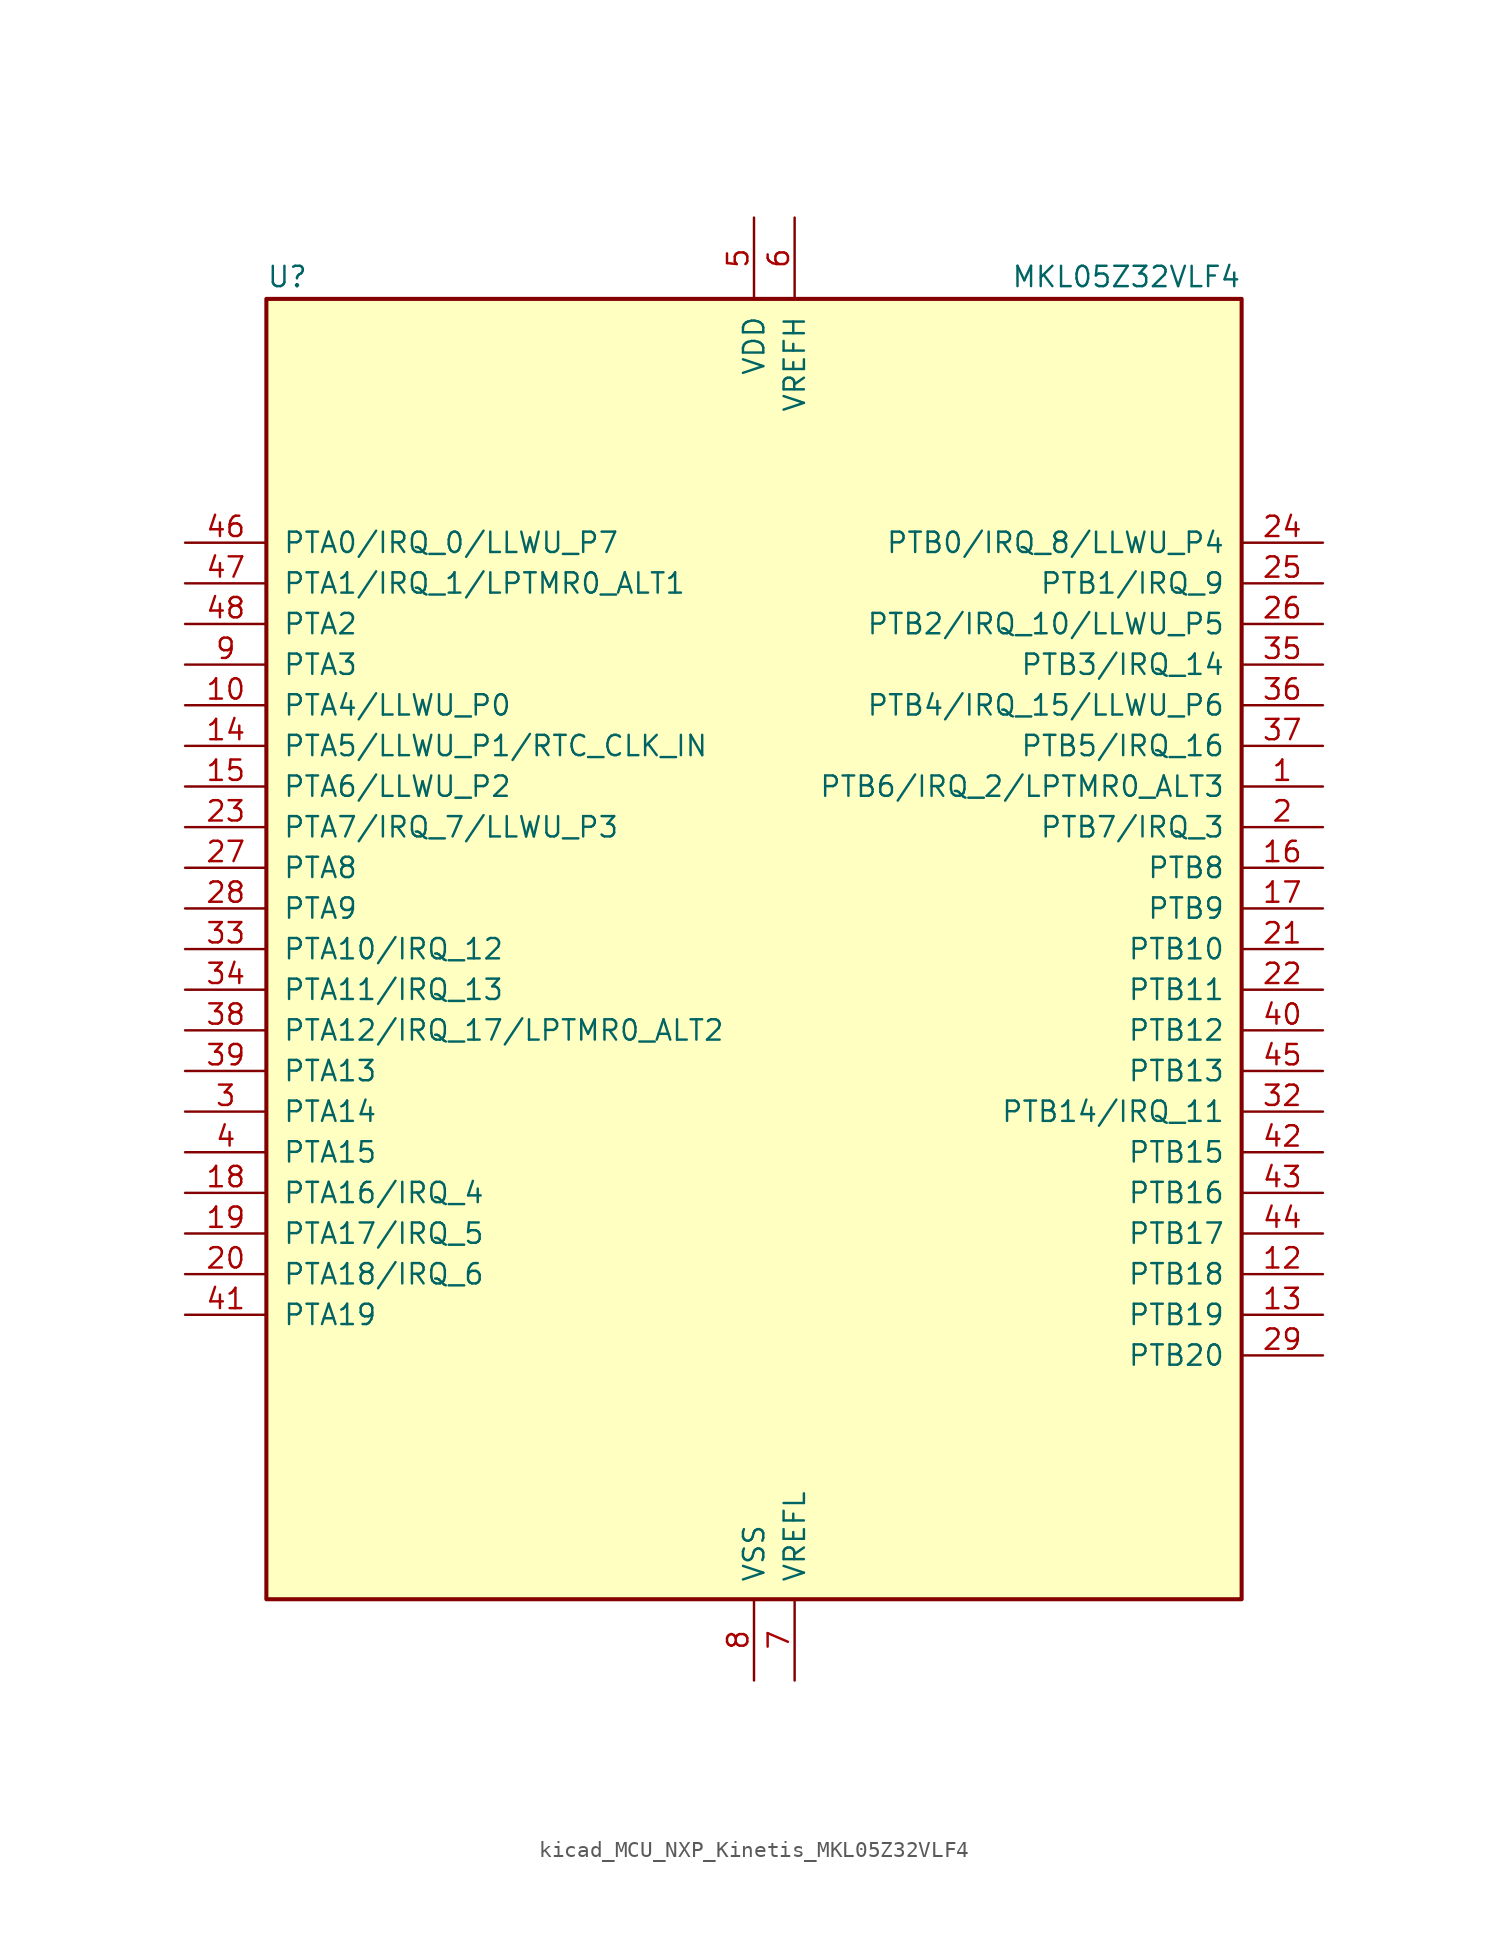
<source format=kicad_sym>
(kicad_symbol_lib
  (version 20220914)
  (generator kicad_symbol_editor)
  (symbol "kicad_MCU_NXP_Kinetis_MKL05Z32VLF4"
    (pin_names
      (offset 1.016))
    (property "Reference" "U"
      (at -30.48 41.275 0)
      (effects (font (size 1.27 1.27)) (justify left bottom)))
    (property "Value" "MKL05Z32VLF4"
      (at 30.48 41.275 0)
      (effects (font (size 1.27 1.27)) (justify right bottom)))
    (symbol "kicad_MCU_NXP_Kinetis_MKL05Z32VLF4_0_1"
      (rectangle (start -30.48 40.64) (end 30.48 -40.64) (stroke (width 0.254) (type default)) (fill (type background))))
    (symbol "kicad_MCU_NXP_Kinetis_MKL05Z32VLF4_1_1"
      (pin bidirectional line (at 35.56 10.16 180) (length 5.08) (name "PTB6/IRQ_2/LPTMR0_ALT3" (effects (font (size 1.27 1.27)))) (number "1" (effects (font (size 1.27 1.27)))))
      (pin bidirectional line (at -35.56 15.24 0) (length 5.08) (name "PTA4/LLWU_P0" (effects (font (size 1.27 1.27)))) (number "10" (effects (font (size 1.27 1.27)))))
      (pin passive line (at 0 -45.72 90) (length 5.08) hide (name "VSS" (effects (font (size 1.27 1.27)))) (number "11" (effects (font (size 1.27 1.27)))))
      (pin bidirectional line (at 35.56 -20.32 180) (length 5.08) (name "PTB18" (effects (font (size 1.27 1.27)))) (number "12" (effects (font (size 1.27 1.27)))))
      (pin bidirectional line (at 35.56 -22.86 180) (length 5.08) (name "PTB19" (effects (font (size 1.27 1.27)))) (number "13" (effects (font (size 1.27 1.27)))))
      (pin bidirectional line (at -35.56 12.7 0) (length 5.08) (name "PTA5/LLWU_P1/RTC_CLK_IN" (effects (font (size 1.27 1.27)))) (number "14" (effects (font (size 1.27 1.27)))))
      (pin bidirectional line (at -35.56 10.16 0) (length 5.08) (name "PTA6/LLWU_P2" (effects (font (size 1.27 1.27)))) (number "15" (effects (font (size 1.27 1.27)))))
      (pin bidirectional line (at 35.56 5.08 180) (length 5.08) (name "PTB8" (effects (font (size 1.27 1.27)))) (number "16" (effects (font (size 1.27 1.27)))))
      (pin bidirectional line (at 35.56 2.54 180) (length 5.08) (name "PTB9" (effects (font (size 1.27 1.27)))) (number "17" (effects (font (size 1.27 1.27)))))
      (pin bidirectional line (at -35.56 -15.24 0) (length 5.08) (name "PTA16/IRQ_4" (effects (font (size 1.27 1.27)))) (number "18" (effects (font (size 1.27 1.27)))))
      (pin bidirectional line (at -35.56 -17.78 0) (length 5.08) (name "PTA17/IRQ_5" (effects (font (size 1.27 1.27)))) (number "19" (effects (font (size 1.27 1.27)))))
      (pin bidirectional line (at 35.56 7.62 180) (length 5.08) (name "PTB7/IRQ_3" (effects (font (size 1.27 1.27)))) (number "2" (effects (font (size 1.27 1.27)))))
      (pin bidirectional line (at -35.56 -20.32 0) (length 5.08) (name "PTA18/IRQ_6" (effects (font (size 1.27 1.27)))) (number "20" (effects (font (size 1.27 1.27)))))
      (pin bidirectional line (at 35.56 0 180) (length 5.08) (name "PTB10" (effects (font (size 1.27 1.27)))) (number "21" (effects (font (size 1.27 1.27)))))
      (pin bidirectional line (at 35.56 -2.54 180) (length 5.08) (name "PTB11" (effects (font (size 1.27 1.27)))) (number "22" (effects (font (size 1.27 1.27)))))
      (pin bidirectional line (at -35.56 7.62 0) (length 5.08) (name "PTA7/IRQ_7/LLWU_P3" (effects (font (size 1.27 1.27)))) (number "23" (effects (font (size 1.27 1.27)))))
      (pin bidirectional line (at 35.56 25.4 180) (length 5.08) (name "PTB0/IRQ_8/LLWU_P4" (effects (font (size 1.27 1.27)))) (number "24" (effects (font (size 1.27 1.27)))))
      (pin bidirectional line (at 35.56 22.86 180) (length 5.08) (name "PTB1/IRQ_9" (effects (font (size 1.27 1.27)))) (number "25" (effects (font (size 1.27 1.27)))))
      (pin bidirectional line (at 35.56 20.32 180) (length 5.08) (name "PTB2/IRQ_10/LLWU_P5" (effects (font (size 1.27 1.27)))) (number "26" (effects (font (size 1.27 1.27)))))
      (pin bidirectional line (at -35.56 5.08 0) (length 5.08) (name "PTA8" (effects (font (size 1.27 1.27)))) (number "27" (effects (font (size 1.27 1.27)))))
      (pin bidirectional line (at -35.56 2.54 0) (length 5.08) (name "PTA9" (effects (font (size 1.27 1.27)))) (number "28" (effects (font (size 1.27 1.27)))))
      (pin bidirectional line (at 35.56 -25.4 180) (length 5.08) (name "PTB20" (effects (font (size 1.27 1.27)))) (number "29" (effects (font (size 1.27 1.27)))))
      (pin bidirectional line (at -35.56 -10.16 0) (length 5.08) (name "PTA14" (effects (font (size 1.27 1.27)))) (number "3" (effects (font (size 1.27 1.27)))))
      (pin passive line (at 0 -45.72 90) (length 5.08) hide (name "VSS" (effects (font (size 1.27 1.27)))) (number "30" (effects (font (size 1.27 1.27)))))
      (pin passive line (at 0 45.72 270) (length 5.08) hide (name "VDD" (effects (font (size 1.27 1.27)))) (number "31" (effects (font (size 1.27 1.27)))))
      (pin bidirectional line (at 35.56 -10.16 180) (length 5.08) (name "PTB14/IRQ_11" (effects (font (size 1.27 1.27)))) (number "32" (effects (font (size 1.27 1.27)))))
      (pin bidirectional line (at -35.56 0 0) (length 5.08) (name "PTA10/IRQ_12" (effects (font (size 1.27 1.27)))) (number "33" (effects (font (size 1.27 1.27)))))
      (pin bidirectional line (at -35.56 -2.54 0) (length 5.08) (name "PTA11/IRQ_13" (effects (font (size 1.27 1.27)))) (number "34" (effects (font (size 1.27 1.27)))))
      (pin bidirectional line (at 35.56 17.78 180) (length 5.08) (name "PTB3/IRQ_14" (effects (font (size 1.27 1.27)))) (number "35" (effects (font (size 1.27 1.27)))))
      (pin bidirectional line (at 35.56 15.24 180) (length 5.08) (name "PTB4/IRQ_15/LLWU_P6" (effects (font (size 1.27 1.27)))) (number "36" (effects (font (size 1.27 1.27)))))
      (pin bidirectional line (at 35.56 12.7 180) (length 5.08) (name "PTB5/IRQ_16" (effects (font (size 1.27 1.27)))) (number "37" (effects (font (size 1.27 1.27)))))
      (pin bidirectional line (at -35.56 -5.08 0) (length 5.08) (name "PTA12/IRQ_17/LPTMR0_ALT2" (effects (font (size 1.27 1.27)))) (number "38" (effects (font (size 1.27 1.27)))))
      (pin bidirectional line (at -35.56 -7.62 0) (length 5.08) (name "PTA13" (effects (font (size 1.27 1.27)))) (number "39" (effects (font (size 1.27 1.27)))))
      (pin bidirectional line (at -35.56 -12.7 0) (length 5.08) (name "PTA15" (effects (font (size 1.27 1.27)))) (number "4" (effects (font (size 1.27 1.27)))))
      (pin bidirectional line (at 35.56 -5.08 180) (length 5.08) (name "PTB12" (effects (font (size 1.27 1.27)))) (number "40" (effects (font (size 1.27 1.27)))))
      (pin bidirectional line (at -35.56 -22.86 0) (length 5.08) (name "PTA19" (effects (font (size 1.27 1.27)))) (number "41" (effects (font (size 1.27 1.27)))))
      (pin bidirectional line (at 35.56 -12.7 180) (length 5.08) (name "PTB15" (effects (font (size 1.27 1.27)))) (number "42" (effects (font (size 1.27 1.27)))))
      (pin bidirectional line (at 35.56 -15.24 180) (length 5.08) (name "PTB16" (effects (font (size 1.27 1.27)))) (number "43" (effects (font (size 1.27 1.27)))))
      (pin bidirectional line (at 35.56 -17.78 180) (length 5.08) (name "PTB17" (effects (font (size 1.27 1.27)))) (number "44" (effects (font (size 1.27 1.27)))))
      (pin bidirectional line (at 35.56 -7.62 180) (length 5.08) (name "PTB13" (effects (font (size 1.27 1.27)))) (number "45" (effects (font (size 1.27 1.27)))))
      (pin bidirectional line (at -35.56 25.4 0) (length 5.08) (name "PTA0/IRQ_0/LLWU_P7" (effects (font (size 1.27 1.27)))) (number "46" (effects (font (size 1.27 1.27)))))
      (pin bidirectional line (at -35.56 22.86 0) (length 5.08) (name "PTA1/IRQ_1/LPTMR0_ALT1" (effects (font (size 1.27 1.27)))) (number "47" (effects (font (size 1.27 1.27)))))
      (pin bidirectional line (at -35.56 20.32 0) (length 5.08) (name "PTA2" (effects (font (size 1.27 1.27)))) (number "48" (effects (font (size 1.27 1.27)))))
      (pin power_in line (at 0 45.72 270) (length 5.08) (name "VDD" (effects (font (size 1.27 1.27)))) (number "5" (effects (font (size 1.27 1.27)))))
      (pin power_in line (at 2.54 45.72 270) (length 5.08) (name "VREFH" (effects (font (size 1.27 1.27)))) (number "6" (effects (font (size 1.27 1.27)))))
      (pin power_in line (at 2.54 -45.72 90) (length 5.08) (name "VREFL" (effects (font (size 1.27 1.27)))) (number "7" (effects (font (size 1.27 1.27)))))
      (pin power_in line (at 0 -45.72 90) (length 5.08) (name "VSS" (effects (font (size 1.27 1.27)))) (number "8" (effects (font (size 1.27 1.27)))))
      (pin bidirectional line (at -35.56 17.78 0) (length 5.08) (name "PTA3" (effects (font (size 1.27 1.27)))) (number "9" (effects (font (size 1.27 1.27))))))))
</source>
